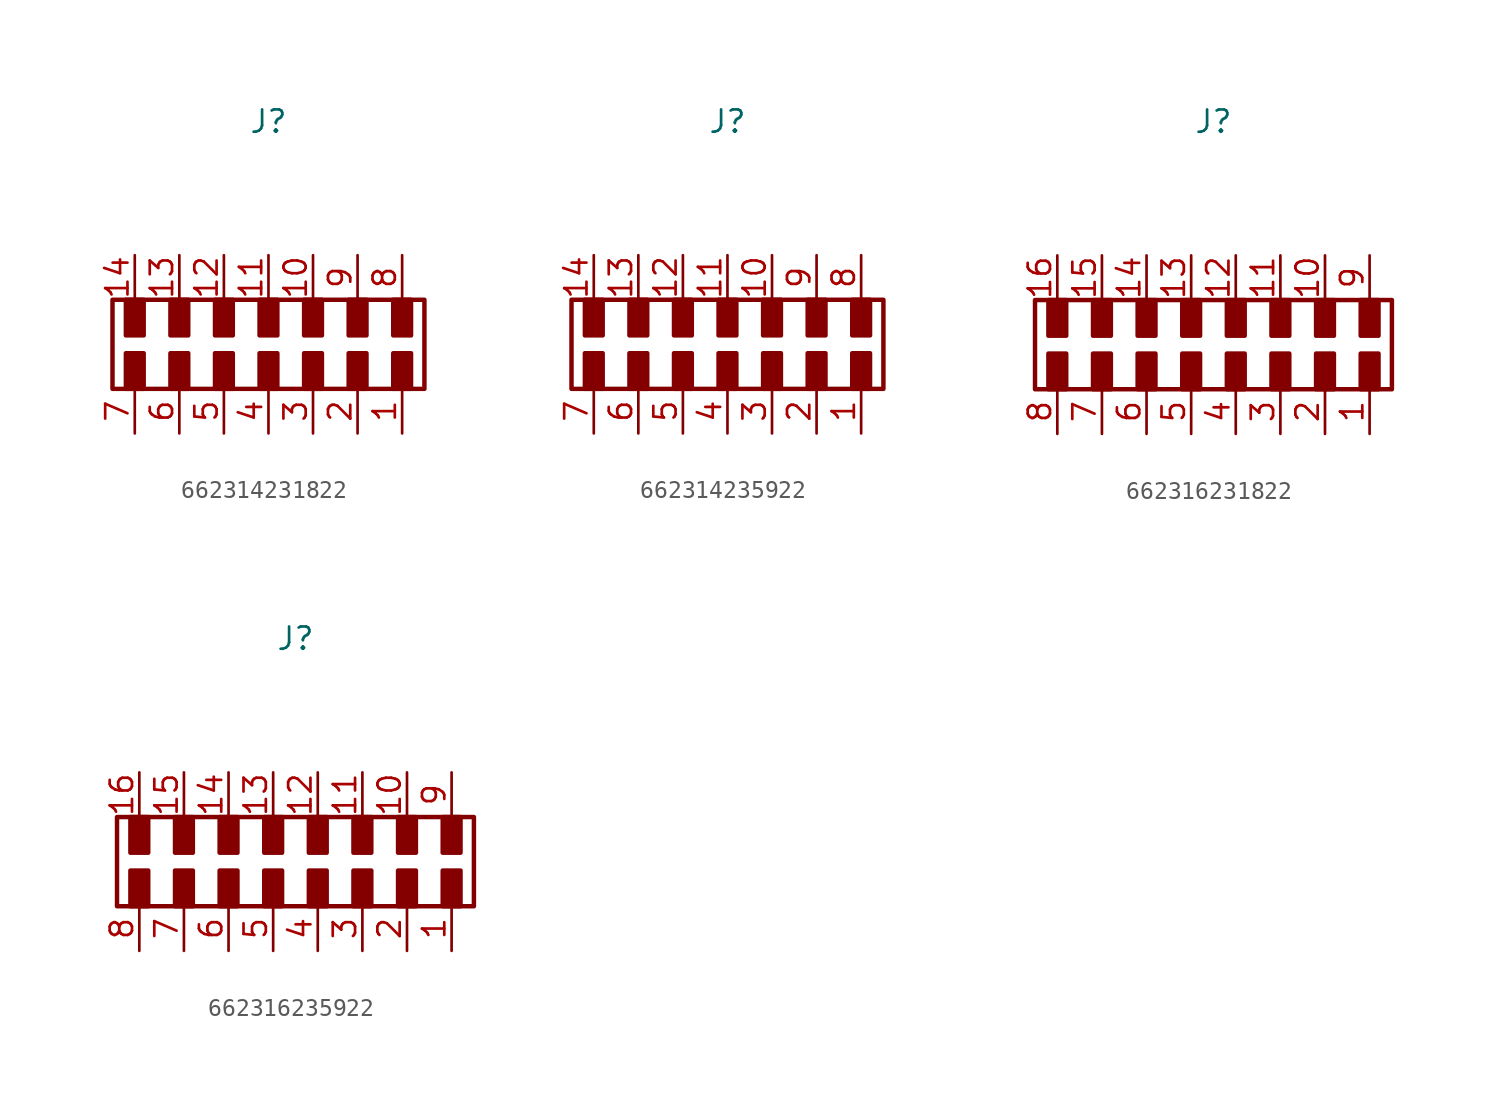
<source format=kicad_sym>
(kicad_symbol_lib
  (version 20241209)
  (generator "kicad_symbol_editor")
  (generator_version "9.0")
  (symbol "662314231822"
    (pin_names
      (hide yes))
    (property "Reference" "J"
      (at 0 12.7 0)
      (effects (font (size 1.27 1.27))))
    (symbol "662314231822_1_1"
      (rectangle (start -8.89 2.54) (end 8.89 -2.54) (stroke (width 0.254) (type solid)) (fill (type none)))
      (rectangle (start -8.128 2.54) (end -7.112 0.508) (stroke (width 0.254) (type solid)) (fill (type outline)))
      (rectangle (start -8.128 -0.508) (end -7.112 -2.54) (stroke (width 0.254) (type solid)) (fill (type outline)))
      (rectangle (start -5.588 2.54) (end -4.572 0.508) (stroke (width 0.254) (type solid)) (fill (type outline)))
      (rectangle (start -5.588 -0.508) (end -4.572 -2.54) (stroke (width 0.254) (type solid)) (fill (type outline)))
      (rectangle (start -3.048 2.54) (end -2.032 0.508) (stroke (width 0.254) (type solid)) (fill (type outline)))
      (rectangle (start -3.048 -0.508) (end -2.032 -2.54) (stroke (width 0.254) (type solid)) (fill (type outline)))
      (rectangle (start -0.508 2.54) (end 0.508 0.508) (stroke (width 0.254) (type solid)) (fill (type outline)))
      (rectangle (start -0.508 -0.508) (end 0.508 -2.54) (stroke (width 0.254) (type solid)) (fill (type outline)))
      (rectangle (start 2.032 2.54) (end 3.048 0.508) (stroke (width 0.254) (type solid)) (fill (type outline)))
      (rectangle (start 2.032 -0.508) (end 3.048 -2.54) (stroke (width 0.254) (type solid)) (fill (type outline)))
      (rectangle (start 4.572 2.54) (end 5.588 0.508) (stroke (width 0.254) (type solid)) (fill (type outline)))
      (rectangle (start 4.572 -0.508) (end 5.588 -2.54) (stroke (width 0.254) (type solid)) (fill (type outline)))
      (rectangle (start 7.112 2.54) (end 8.128 0.508) (stroke (width 0.254) (type solid)) (fill (type outline)))
      (rectangle (start 7.112 -0.508) (end 8.128 -2.54) (stroke (width 0.254) (type solid)) (fill (type outline)))
      (pin passive line (at -7.62 5.08 270) (length 2.54) (name "14" (effects (font (size 1.27 1.27)))) (number "14" (effects (font (size 1.27 1.27)))))
      (pin passive line (at -7.62 -5.08 90) (length 2.54) (name "7" (effects (font (size 1.27 1.27)))) (number "7" (effects (font (size 1.27 1.27)))))
      (pin passive line (at -5.08 5.08 270) (length 2.54) (name "13" (effects (font (size 1.27 1.27)))) (number "13" (effects (font (size 1.27 1.27)))))
      (pin passive line (at -5.08 -5.08 90) (length 2.54) (name "6" (effects (font (size 1.27 1.27)))) (number "6" (effects (font (size 1.27 1.27)))))
      (pin passive line (at -2.54 5.08 270) (length 2.54) (name "12" (effects (font (size 1.27 1.27)))) (number "12" (effects (font (size 1.27 1.27)))))
      (pin passive line (at -2.54 -5.08 90) (length 2.54) (name "5" (effects (font (size 1.27 1.27)))) (number "5" (effects (font (size 1.27 1.27)))))
      (pin passive line (at 0 5.08 270) (length 2.54) (name "11" (effects (font (size 1.27 1.27)))) (number "11" (effects (font (size 1.27 1.27)))))
      (pin passive line (at 0 -5.08 90) (length 2.54) (name "4" (effects (font (size 1.27 1.27)))) (number "4" (effects (font (size 1.27 1.27)))))
      (pin passive line (at 2.54 5.08 270) (length 2.54) (name "10" (effects (font (size 1.27 1.27)))) (number "10" (effects (font (size 1.27 1.27)))))
      (pin passive line (at 2.54 -5.08 90) (length 2.54) (name "3" (effects (font (size 1.27 1.27)))) (number "3" (effects (font (size 1.27 1.27)))))
      (pin passive line (at 5.08 5.08 270) (length 2.54) (name "9" (effects (font (size 1.27 1.27)))) (number "9" (effects (font (size 1.27 1.27)))))
      (pin passive line (at 5.08 -5.08 90) (length 2.54) (name "2" (effects (font (size 1.27 1.27)))) (number "2" (effects (font (size 1.27 1.27)))))
      (pin passive line (at 7.62 5.08 270) (length 2.54) (name "8" (effects (font (size 1.27 1.27)))) (number "8" (effects (font (size 1.27 1.27)))))
      (pin passive line (at 7.62 -5.08 90) (length 2.54) (name "1" (effects (font (size 1.27 1.27)))) (number "1" (effects (font (size 1.27 1.27)))))))
  (symbol "662314235922"
    (pin_names
      (hide yes))
    (property "Reference" "J"
      (at 0 12.7 0)
      (effects (font (size 1.27 1.27))))
    (symbol "662314235922_1_1"
      (rectangle (start -8.89 2.54) (end 8.89 -2.54) (stroke (width 0.254) (type solid)) (fill (type none)))
      (rectangle (start -8.128 2.54) (end -7.112 0.508) (stroke (width 0.254) (type solid)) (fill (type outline)))
      (rectangle (start -8.128 -0.508) (end -7.112 -2.54) (stroke (width 0.254) (type solid)) (fill (type outline)))
      (rectangle (start -5.588 2.54) (end -4.572 0.508) (stroke (width 0.254) (type solid)) (fill (type outline)))
      (rectangle (start -5.588 -0.508) (end -4.572 -2.54) (stroke (width 0.254) (type solid)) (fill (type outline)))
      (rectangle (start -3.048 2.54) (end -2.032 0.508) (stroke (width 0.254) (type solid)) (fill (type outline)))
      (rectangle (start -3.048 -0.508) (end -2.032 -2.54) (stroke (width 0.254) (type solid)) (fill (type outline)))
      (rectangle (start -0.508 2.54) (end 0.508 0.508) (stroke (width 0.254) (type solid)) (fill (type outline)))
      (rectangle (start -0.508 -0.508) (end 0.508 -2.54) (stroke (width 0.254) (type solid)) (fill (type outline)))
      (rectangle (start 2.032 2.54) (end 3.048 0.508) (stroke (width 0.254) (type solid)) (fill (type outline)))
      (rectangle (start 2.032 -0.508) (end 3.048 -2.54) (stroke (width 0.254) (type solid)) (fill (type outline)))
      (rectangle (start 4.572 2.54) (end 5.588 0.508) (stroke (width 0.254) (type solid)) (fill (type outline)))
      (rectangle (start 4.572 -0.508) (end 5.588 -2.54) (stroke (width 0.254) (type solid)) (fill (type outline)))
      (rectangle (start 7.112 2.54) (end 8.128 0.508) (stroke (width 0.254) (type solid)) (fill (type outline)))
      (rectangle (start 7.112 -0.508) (end 8.128 -2.54) (stroke (width 0.254) (type solid)) (fill (type outline)))
      (pin passive line (at -7.62 5.08 270) (length 2.54) (name "14" (effects (font (size 1.27 1.27)))) (number "14" (effects (font (size 1.27 1.27)))))
      (pin passive line (at -7.62 -5.08 90) (length 2.54) (name "7" (effects (font (size 1.27 1.27)))) (number "7" (effects (font (size 1.27 1.27)))))
      (pin passive line (at -5.08 5.08 270) (length 2.54) (name "13" (effects (font (size 1.27 1.27)))) (number "13" (effects (font (size 1.27 1.27)))))
      (pin passive line (at -5.08 -5.08 90) (length 2.54) (name "6" (effects (font (size 1.27 1.27)))) (number "6" (effects (font (size 1.27 1.27)))))
      (pin passive line (at -2.54 5.08 270) (length 2.54) (name "12" (effects (font (size 1.27 1.27)))) (number "12" (effects (font (size 1.27 1.27)))))
      (pin passive line (at -2.54 -5.08 90) (length 2.54) (name "5" (effects (font (size 1.27 1.27)))) (number "5" (effects (font (size 1.27 1.27)))))
      (pin passive line (at 0 5.08 270) (length 2.54) (name "11" (effects (font (size 1.27 1.27)))) (number "11" (effects (font (size 1.27 1.27)))))
      (pin passive line (at 0 -5.08 90) (length 2.54) (name "4" (effects (font (size 1.27 1.27)))) (number "4" (effects (font (size 1.27 1.27)))))
      (pin passive line (at 2.54 5.08 270) (length 2.54) (name "10" (effects (font (size 1.27 1.27)))) (number "10" (effects (font (size 1.27 1.27)))))
      (pin passive line (at 2.54 -5.08 90) (length 2.54) (name "3" (effects (font (size 1.27 1.27)))) (number "3" (effects (font (size 1.27 1.27)))))
      (pin passive line (at 5.08 5.08 270) (length 2.54) (name "9" (effects (font (size 1.27 1.27)))) (number "9" (effects (font (size 1.27 1.27)))))
      (pin passive line (at 5.08 -5.08 90) (length 2.54) (name "2" (effects (font (size 1.27 1.27)))) (number "2" (effects (font (size 1.27 1.27)))))
      (pin passive line (at 7.62 5.08 270) (length 2.54) (name "8" (effects (font (size 1.27 1.27)))) (number "8" (effects (font (size 1.27 1.27)))))
      (pin passive line (at 7.62 -5.08 90) (length 2.54) (name "1" (effects (font (size 1.27 1.27)))) (number "1" (effects (font (size 1.27 1.27)))))))
  (symbol "662316231822"
    (pin_names
      (hide yes))
    (property "Reference" "J"
      (at 0 12.7 0)
      (effects (font (size 1.27 1.27))))
    (symbol "662316231822_1_1"
      (rectangle (start -10.16 2.54) (end 10.16 -2.54) (stroke (width 0.254) (type solid)) (fill (type none)))
      (rectangle (start -9.398 2.54) (end -8.382 0.508) (stroke (width 0.254) (type solid)) (fill (type outline)))
      (rectangle (start -9.398 -0.508) (end -8.382 -2.54) (stroke (width 0.254) (type solid)) (fill (type outline)))
      (rectangle (start -6.858 2.54) (end -5.842 0.508) (stroke (width 0.254) (type solid)) (fill (type outline)))
      (rectangle (start -6.858 -0.508) (end -5.842 -2.54) (stroke (width 0.254) (type solid)) (fill (type outline)))
      (rectangle (start -4.318 2.54) (end -3.302 0.508) (stroke (width 0.254) (type solid)) (fill (type outline)))
      (rectangle (start -4.318 -0.508) (end -3.302 -2.54) (stroke (width 0.254) (type solid)) (fill (type outline)))
      (rectangle (start -1.778 2.54) (end -0.762 0.508) (stroke (width 0.254) (type solid)) (fill (type outline)))
      (rectangle (start -1.778 -0.508) (end -0.762 -2.54) (stroke (width 0.254) (type solid)) (fill (type outline)))
      (rectangle (start 0.762 2.54) (end 1.778 0.508) (stroke (width 0.254) (type solid)) (fill (type outline)))
      (rectangle (start 0.762 -0.508) (end 1.778 -2.54) (stroke (width 0.254) (type solid)) (fill (type outline)))
      (rectangle (start 3.302 2.54) (end 4.318 0.508) (stroke (width 0.254) (type solid)) (fill (type outline)))
      (rectangle (start 3.302 -0.508) (end 4.318 -2.54) (stroke (width 0.254) (type solid)) (fill (type outline)))
      (rectangle (start 5.842 2.54) (end 6.858 0.508) (stroke (width 0.254) (type solid)) (fill (type outline)))
      (rectangle (start 5.842 -0.508) (end 6.858 -2.54) (stroke (width 0.254) (type solid)) (fill (type outline)))
      (rectangle (start 8.382 2.54) (end 9.398 0.508) (stroke (width 0.254) (type solid)) (fill (type outline)))
      (rectangle (start 8.382 -0.508) (end 9.398 -2.54) (stroke (width 0.254) (type solid)) (fill (type outline)))
      (pin passive line (at -8.89 5.08 270) (length 2.54) (name "16" (effects (font (size 1.27 1.27)))) (number "16" (effects (font (size 1.27 1.27)))))
      (pin passive line (at -8.89 -5.08 90) (length 2.54) (name "8" (effects (font (size 1.27 1.27)))) (number "8" (effects (font (size 1.27 1.27)))))
      (pin passive line (at -6.35 5.08 270) (length 2.54) (name "15" (effects (font (size 1.27 1.27)))) (number "15" (effects (font (size 1.27 1.27)))))
      (pin passive line (at -6.35 -5.08 90) (length 2.54) (name "7" (effects (font (size 1.27 1.27)))) (number "7" (effects (font (size 1.27 1.27)))))
      (pin passive line (at -3.81 5.08 270) (length 2.54) (name "14" (effects (font (size 1.27 1.27)))) (number "14" (effects (font (size 1.27 1.27)))))
      (pin passive line (at -3.81 -5.08 90) (length 2.54) (name "6" (effects (font (size 1.27 1.27)))) (number "6" (effects (font (size 1.27 1.27)))))
      (pin passive line (at -1.27 5.08 270) (length 2.54) (name "13" (effects (font (size 1.27 1.27)))) (number "13" (effects (font (size 1.27 1.27)))))
      (pin passive line (at -1.27 -5.08 90) (length 2.54) (name "5" (effects (font (size 1.27 1.27)))) (number "5" (effects (font (size 1.27 1.27)))))
      (pin passive line (at 1.27 5.08 270) (length 2.54) (name "12" (effects (font (size 1.27 1.27)))) (number "12" (effects (font (size 1.27 1.27)))))
      (pin passive line (at 1.27 -5.08 90) (length 2.54) (name "4" (effects (font (size 1.27 1.27)))) (number "4" (effects (font (size 1.27 1.27)))))
      (pin passive line (at 3.81 5.08 270) (length 2.54) (name "11" (effects (font (size 1.27 1.27)))) (number "11" (effects (font (size 1.27 1.27)))))
      (pin passive line (at 3.81 -5.08 90) (length 2.54) (name "3" (effects (font (size 1.27 1.27)))) (number "3" (effects (font (size 1.27 1.27)))))
      (pin passive line (at 6.35 5.08 270) (length 2.54) (name "10" (effects (font (size 1.27 1.27)))) (number "10" (effects (font (size 1.27 1.27)))))
      (pin passive line (at 6.35 -5.08 90) (length 2.54) (name "2" (effects (font (size 1.27 1.27)))) (number "2" (effects (font (size 1.27 1.27)))))
      (pin passive line (at 8.89 5.08 270) (length 2.54) (name "9" (effects (font (size 1.27 1.27)))) (number "9" (effects (font (size 1.27 1.27)))))
      (pin passive line (at 8.89 -5.08 90) (length 2.54) (name "1" (effects (font (size 1.27 1.27)))) (number "1" (effects (font (size 1.27 1.27)))))))
  (symbol "662316235922"
    (pin_names
      (hide yes))
    (property "Reference" "J"
      (at 0 12.7 0)
      (effects (font (size 1.27 1.27))))
    (symbol "662316235922_1_1"
      (rectangle (start -10.16 2.54) (end 10.16 -2.54) (stroke (width 0.254) (type solid)) (fill (type none)))
      (rectangle (start -9.398 2.54) (end -8.382 0.508) (stroke (width 0.254) (type solid)) (fill (type outline)))
      (rectangle (start -9.398 -0.508) (end -8.382 -2.54) (stroke (width 0.254) (type solid)) (fill (type outline)))
      (rectangle (start -6.858 2.54) (end -5.842 0.508) (stroke (width 0.254) (type solid)) (fill (type outline)))
      (rectangle (start -6.858 -0.508) (end -5.842 -2.54) (stroke (width 0.254) (type solid)) (fill (type outline)))
      (rectangle (start -4.318 2.54) (end -3.302 0.508) (stroke (width 0.254) (type solid)) (fill (type outline)))
      (rectangle (start -4.318 -0.508) (end -3.302 -2.54) (stroke (width 0.254) (type solid)) (fill (type outline)))
      (rectangle (start -1.778 2.54) (end -0.762 0.508) (stroke (width 0.254) (type solid)) (fill (type outline)))
      (rectangle (start -1.778 -0.508) (end -0.762 -2.54) (stroke (width 0.254) (type solid)) (fill (type outline)))
      (rectangle (start 0.762 2.54) (end 1.778 0.508) (stroke (width 0.254) (type solid)) (fill (type outline)))
      (rectangle (start 0.762 -0.508) (end 1.778 -2.54) (stroke (width 0.254) (type solid)) (fill (type outline)))
      (rectangle (start 3.302 2.54) (end 4.318 0.508) (stroke (width 0.254) (type solid)) (fill (type outline)))
      (rectangle (start 3.302 -0.508) (end 4.318 -2.54) (stroke (width 0.254) (type solid)) (fill (type outline)))
      (rectangle (start 5.842 2.54) (end 6.858 0.508) (stroke (width 0.254) (type solid)) (fill (type outline)))
      (rectangle (start 5.842 -0.508) (end 6.858 -2.54) (stroke (width 0.254) (type solid)) (fill (type outline)))
      (rectangle (start 8.382 2.54) (end 9.398 0.508) (stroke (width 0.254) (type solid)) (fill (type outline)))
      (rectangle (start 8.382 -0.508) (end 9.398 -2.54) (stroke (width 0.254) (type solid)) (fill (type outline)))
      (pin passive line (at -8.89 5.08 270) (length 2.54) (name "16" (effects (font (size 1.27 1.27)))) (number "16" (effects (font (size 1.27 1.27)))))
      (pin passive line (at -8.89 -5.08 90) (length 2.54) (name "8" (effects (font (size 1.27 1.27)))) (number "8" (effects (font (size 1.27 1.27)))))
      (pin passive line (at -6.35 5.08 270) (length 2.54) (name "15" (effects (font (size 1.27 1.27)))) (number "15" (effects (font (size 1.27 1.27)))))
      (pin passive line (at -6.35 -5.08 90) (length 2.54) (name "7" (effects (font (size 1.27 1.27)))) (number "7" (effects (font (size 1.27 1.27)))))
      (pin passive line (at -3.81 5.08 270) (length 2.54) (name "14" (effects (font (size 1.27 1.27)))) (number "14" (effects (font (size 1.27 1.27)))))
      (pin passive line (at -3.81 -5.08 90) (length 2.54) (name "6" (effects (font (size 1.27 1.27)))) (number "6" (effects (font (size 1.27 1.27)))))
      (pin passive line (at -1.27 5.08 270) (length 2.54) (name "13" (effects (font (size 1.27 1.27)))) (number "13" (effects (font (size 1.27 1.27)))))
      (pin passive line (at -1.27 -5.08 90) (length 2.54) (name "5" (effects (font (size 1.27 1.27)))) (number "5" (effects (font (size 1.27 1.27)))))
      (pin passive line (at 1.27 5.08 270) (length 2.54) (name "12" (effects (font (size 1.27 1.27)))) (number "12" (effects (font (size 1.27 1.27)))))
      (pin passive line (at 1.27 -5.08 90) (length 2.54) (name "4" (effects (font (size 1.27 1.27)))) (number "4" (effects (font (size 1.27 1.27)))))
      (pin passive line (at 3.81 5.08 270) (length 2.54) (name "11" (effects (font (size 1.27 1.27)))) (number "11" (effects (font (size 1.27 1.27)))))
      (pin passive line (at 3.81 -5.08 90) (length 2.54) (name "3" (effects (font (size 1.27 1.27)))) (number "3" (effects (font (size 1.27 1.27)))))
      (pin passive line (at 6.35 5.08 270) (length 2.54) (name "10" (effects (font (size 1.27 1.27)))) (number "10" (effects (font (size 1.27 1.27)))))
      (pin passive line (at 6.35 -5.08 90) (length 2.54) (name "2" (effects (font (size 1.27 1.27)))) (number "2" (effects (font (size 1.27 1.27)))))
      (pin passive line (at 8.89 5.08 270) (length 2.54) (name "9" (effects (font (size 1.27 1.27)))) (number "9" (effects (font (size 1.27 1.27)))))
      (pin passive line (at 8.89 -5.08 90) (length 2.54) (name "1" (effects (font (size 1.27 1.27)))) (number "1" (effects (font (size 1.27 1.27))))))))
</source>
